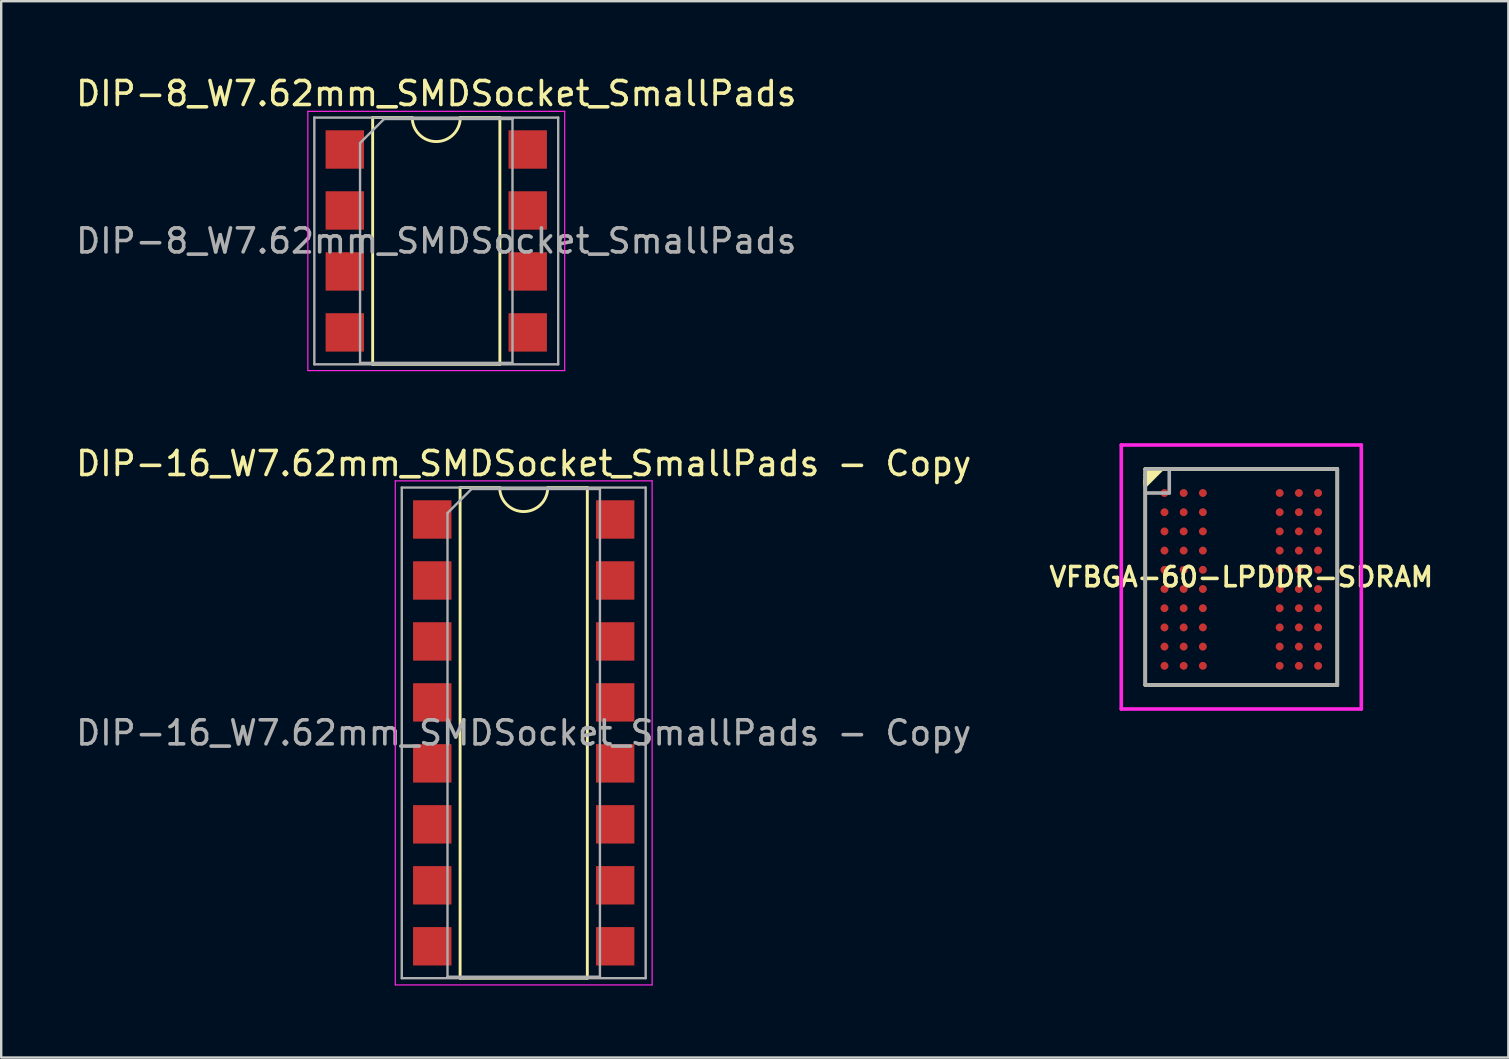
<source format=kicad_pcb>
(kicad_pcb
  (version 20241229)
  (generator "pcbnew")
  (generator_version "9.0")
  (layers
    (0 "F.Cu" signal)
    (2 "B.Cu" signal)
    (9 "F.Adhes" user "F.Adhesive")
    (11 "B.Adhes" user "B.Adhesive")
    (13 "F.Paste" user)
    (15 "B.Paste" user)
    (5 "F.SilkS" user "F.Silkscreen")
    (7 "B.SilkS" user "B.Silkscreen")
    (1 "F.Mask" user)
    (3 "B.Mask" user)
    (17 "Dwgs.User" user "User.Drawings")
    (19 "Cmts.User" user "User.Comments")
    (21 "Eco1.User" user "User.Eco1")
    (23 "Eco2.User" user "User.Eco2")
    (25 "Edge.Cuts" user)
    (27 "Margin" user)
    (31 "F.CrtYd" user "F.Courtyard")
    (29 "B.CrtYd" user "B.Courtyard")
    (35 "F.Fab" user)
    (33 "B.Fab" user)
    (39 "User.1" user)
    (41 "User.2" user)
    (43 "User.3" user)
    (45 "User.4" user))
  (footprint "DIP-8_W7.62mm_SMDSocket_SmallPads"
    (layer "F.Cu")
    (at 15.125 6.988)
    (property "Reference" "DIP-8_W7.62mm_SMDSocket_SmallPads" (at 0 -6.14 0) (layer "F.SilkS") (effects (font (size 1 1) (thickness 0.15))))
    (attr smd)
    (fp_line (start -2.65 -5.14) (end -2.65 5.14) (stroke (width 0.12) (type solid)) (layer "F.SilkS"))
    (fp_line (start -2.65 5.14) (end 2.65 5.14) (stroke (width 0.12) (type solid)) (layer "F.SilkS"))
    (fp_line (start -1 -5.14) (end -2.65 -5.14) (stroke (width 0.12) (type solid)) (layer "F.SilkS"))
    (fp_line (start 2.65 -5.14) (end 1 -5.14) (stroke (width 0.12) (type solid)) (layer "F.SilkS"))
    (fp_line (start 2.65 5.14) (end 2.65 -5.14) (stroke (width 0.12) (type solid)) (layer "F.SilkS"))
    (fp_arc (start 1 -5.14) (mid 0 -4.14) (end -1 -5.14) (stroke (width 0.12) (type solid)) (layer "F.SilkS"))
    (fp_line (start -5.35 -5.4) (end -5.35 5.4) (stroke (width 0.05) (type solid)) (layer "F.CrtYd"))
    (fp_line (start -5.35 5.4) (end 5.35 5.4) (stroke (width 0.05) (type solid)) (layer "F.CrtYd"))
    (fp_line (start 5.35 -5.4) (end -5.35 -5.4) (stroke (width 0.05) (type solid)) (layer "F.CrtYd"))
    (fp_line (start 5.35 5.4) (end 5.35 -5.4) (stroke (width 0.05) (type solid)) (layer "F.CrtYd"))
    (fp_line (start -5.08 -5.14) (end -5.08 5.14) (stroke (width 0.1) (type solid)) (layer "F.Fab"))
    (fp_line (start -5.08 5.14) (end 5.08 5.14) (stroke (width 0.1) (type solid)) (layer "F.Fab"))
    (fp_line (start -3.175 -4.08) (end -2.175 -5.08) (stroke (width 0.1) (type solid)) (layer "F.Fab"))
    (fp_line (start -3.175 5.08) (end -3.175 -4.08) (stroke (width 0.1) (type solid)) (layer "F.Fab"))
    (fp_line (start -2.175 -5.08) (end 3.175 -5.08) (stroke (width 0.1) (type solid)) (layer "F.Fab"))
    (fp_line (start 3.175 -5.08) (end 3.175 5.08) (stroke (width 0.1) (type solid)) (layer "F.Fab"))
    (fp_line (start 3.175 5.08) (end -3.175 5.08) (stroke (width 0.1) (type solid)) (layer "F.Fab"))
    (fp_line (start 5.08 -5.14) (end -5.08 -5.14) (stroke (width 0.1) (type solid)) (layer "F.Fab"))
    (fp_line (start 5.08 5.14) (end 5.08 -5.14) (stroke (width 0.1) (type solid)) (layer "F.Fab"))
    (fp_text user "${REFERENCE}" (at 0 0 0) (layer "F.Fab") (effects (font (size 1 1) (thickness 0.15))))
    (pad "1" smd rect (at -3.81 -3.81) (size 1.6 1.6) (layers "F.Cu" "F.Mask" "F.Paste"))
    (pad "2" smd rect (at -3.81 -1.27) (size 1.6 1.6) (layers "F.Cu" "F.Mask" "F.Paste"))
    (pad "3" smd rect (at -3.81 1.27) (size 1.6 1.6) (layers "F.Cu" "F.Mask" "F.Paste"))
    (pad "4" smd rect (at -3.81 3.81) (size 1.6 1.6) (layers "F.Cu" "F.Mask" "F.Paste"))
    (pad "5" smd rect (at 3.81 3.81) (size 1.6 1.6) (layers "F.Cu" "F.Mask" "F.Paste"))
    (pad "6" smd rect (at 3.81 1.27) (size 1.6 1.6) (layers "F.Cu" "F.Mask" "F.Paste"))
    (pad "7" smd rect (at 3.81 -1.27) (size 1.6 1.6) (layers "F.Cu" "F.Mask" "F.Paste"))
    (pad "8" smd rect (at 3.81 -3.81) (size 1.6 1.6) (layers "F.Cu" "F.Mask" "F.Paste")))
  (footprint "VFBGA-60-LPDDR-SDRAM"
    (layer "F.Cu")
    (at 48.662 20.988)
    (property "Reference" "VFBGA-60-LPDDR-SDRAM" (at 0 0 0) (layer "F.SilkS") (effects (font (size 0.8 0.8) (thickness 0.15))))
    (attr smd)
    (fp_line (start -4 -4.5) (end -4 4.5) (stroke (width 0.15) (type solid)) (layer "F.SilkS"))
    (fp_line (start -4 -4.25) (end -3.75 -4.5) (stroke (width 0.15) (type solid)) (layer "F.SilkS"))
    (fp_line (start -4 -4.1) (end -3.6 -4.5) (stroke (width 0.15) (type solid)) (layer "F.SilkS"))
    (fp_line (start -4 -4) (end -3.5 -4.5) (stroke (width 0.15) (type solid)) (layer "F.SilkS"))
    (fp_line (start -4 -3.9) (end -4 -4) (stroke (width 0.15) (type solid)) (layer "F.SilkS"))
    (fp_line (start -4 -3.8) (end -3.3 -4.5) (stroke (width 0.15) (type solid)) (layer "F.SilkS"))
    (fp_line (start -4 4.5) (end 4 4.5) (stroke (width 0.15) (type solid)) (layer "F.SilkS"))
    (fp_line (start -3.4 -4.5) (end -4 -3.9) (stroke (width 0.15) (type solid)) (layer "F.SilkS"))
    (fp_line (start 4 -4.5) (end -4 -4.5) (stroke (width 0.15) (type solid)) (layer "F.SilkS"))
    (fp_line (start 4 4.5) (end 4 -4.5) (stroke (width 0.15) (type solid)) (layer "F.SilkS"))
    (fp_line (start -5 -5.5) (end 5 -5.5) (stroke (width 0.15) (type solid)) (layer "F.CrtYd"))
    (fp_line (start -5 5.5) (end -5 -5.5) (stroke (width 0.15) (type solid)) (layer "F.CrtYd"))
    (fp_line (start 5 -5.5) (end 5 5.5) (stroke (width 0.15) (type solid)) (layer "F.CrtYd"))
    (fp_line (start 5 5.5) (end -5 5.5) (stroke (width 0.15) (type solid)) (layer "F.CrtYd"))
    (fp_line (start -4 -4.5) (end 4 -4.5) (stroke (width 0.15) (type solid)) (layer "F.Fab"))
    (fp_line (start -4 4.5) (end -4 -4.5) (stroke (width 0.15) (type solid)) (layer "F.Fab"))
    (fp_line (start -3 -4.5) (end -3 -3.5) (stroke (width 0.15) (type solid)) (layer "F.Fab"))
    (fp_line (start -3 -3.5) (end -4 -3.5) (stroke (width 0.15) (type solid)) (layer "F.Fab"))
    (fp_line (start 4 -4.5) (end 4 4.5) (stroke (width 0.15) (type solid)) (layer "F.Fab"))
    (fp_line (start 4 4.5) (end -4 4.5) (stroke (width 0.15) (type solid)) (layer "F.Fab"))
    (pad "A1" smd circle (at -3.2 -3.5) (size 0.33 0.33) (layers "F.Cu" "F.Mask" "F.Paste"))
    (pad "A2" smd circle (at -2.4 -3.5) (size 0.33 0.33) (layers "F.Cu" "F.Mask" "F.Paste"))
    (pad "A3" smd circle (at -1.6 -3.5) (size 0.33 0.33) (layers "F.Cu" "F.Mask" "F.Paste"))
    (pad "A7" smd circle (at 1.6 -3.5) (size 0.33 0.33) (layers "F.Cu" "F.Mask" "F.Paste"))
    (pad "A8" smd circle (at 2.4 -3.5) (size 0.33 0.33) (layers "F.Cu" "F.Mask" "F.Paste"))
    (pad "A9" smd circle (at 3.2 -3.5) (size 0.33 0.33) (layers "F.Cu" "F.Mask" "F.Paste"))
    (pad "B1" smd circle (at -3.2 -2.7) (size 0.33 0.33) (layers "F.Cu" "F.Mask" "F.Paste"))
    (pad "B2" smd circle (at -2.4 -2.7) (size 0.33 0.33) (layers "F.Cu" "F.Mask" "F.Paste"))
    (pad "B3" smd circle (at -1.6 -2.7) (size 0.33 0.33) (layers "F.Cu" "F.Mask" "F.Paste"))
    (pad "B7" smd circle (at 1.6 -2.7) (size 0.33 0.33) (layers "F.Cu" "F.Mask" "F.Paste"))
    (pad "B8" smd circle (at 2.4 -2.7) (size 0.33 0.33) (layers "F.Cu" "F.Mask" "F.Paste"))
    (pad "B9" smd circle (at 3.2 -2.7) (size 0.33 0.33) (layers "F.Cu" "F.Mask" "F.Paste"))
    (pad "C1" smd circle (at -3.2 -1.9) (size 0.33 0.33) (layers "F.Cu" "F.Mask" "F.Paste"))
    (pad "C2" smd circle (at -2.4 -1.9) (size 0.33 0.33) (layers "F.Cu" "F.Mask" "F.Paste"))
    (pad "C3" smd circle (at -1.6 -1.9) (size 0.33 0.33) (layers "F.Cu" "F.Mask" "F.Paste"))
    (pad "C7" smd circle (at 1.6 -1.9) (size 0.33 0.33) (layers "F.Cu" "F.Mask" "F.Paste"))
    (pad "C8" smd circle (at 2.4 -1.9) (size 0.33 0.33) (layers "F.Cu" "F.Mask" "F.Paste"))
    (pad "C9" smd circle (at 3.2 -1.9) (size 0.33 0.33) (layers "F.Cu" "F.Mask" "F.Paste"))
    (pad "D1" smd circle (at -3.2 -1.1) (size 0.33 0.33) (layers "F.Cu" "F.Mask" "F.Paste"))
    (pad "D2" smd circle (at -2.4 -1.1) (size 0.33 0.33) (layers "F.Cu" "F.Mask" "F.Paste"))
    (pad "D3" smd circle (at -1.6 -1.1) (size 0.33 0.33) (layers "F.Cu" "F.Mask" "F.Paste"))
    (pad "D7" smd circle (at 1.6 -1.1) (size 0.33 0.33) (layers "F.Cu" "F.Mask" "F.Paste"))
    (pad "D8" smd circle (at 2.4 -1.1) (size 0.33 0.33) (layers "F.Cu" "F.Mask" "F.Paste"))
    (pad "D9" smd circle (at 3.2 -1.1) (size 0.33 0.33) (layers "F.Cu" "F.Mask" "F.Paste"))
    (pad "E1" smd circle (at -3.2 -0.3) (size 0.33 0.33) (layers "F.Cu" "F.Mask" "F.Paste"))
    (pad "E2" smd circle (at -2.4 -0.3) (size 0.33 0.33) (layers "F.Cu" "F.Mask" "F.Paste"))
    (pad "E3" smd circle (at -1.6 -0.3) (size 0.33 0.33) (layers "F.Cu" "F.Mask" "F.Paste"))
    (pad "E7" smd circle (at 1.6 -0.3) (size 0.33 0.33) (layers "F.Cu" "F.Mask" "F.Paste"))
    (pad "E8" smd circle (at 2.4 -0.3) (size 0.33 0.33) (layers "F.Cu" "F.Mask" "F.Paste"))
    (pad "E9" smd circle (at 3.2 -0.3) (size 0.33 0.33) (layers "F.Cu" "F.Mask" "F.Paste"))
    (pad "F1" smd circle (at -3.2 0.5) (size 0.33 0.33) (layers "F.Cu" "F.Mask" "F.Paste"))
    (pad "F2" smd circle (at -2.4 0.5) (size 0.33 0.33) (layers "F.Cu" "F.Mask" "F.Paste"))
    (pad "F3" smd circle (at -1.6 0.5) (size 0.33 0.33) (layers "F.Cu" "F.Mask" "F.Paste"))
    (pad "F7" smd circle (at 1.6 0.5) (size 0.33 0.33) (layers "F.Cu" "F.Mask" "F.Paste"))
    (pad "F8" smd circle (at 2.4 0.5) (size 0.33 0.33) (layers "F.Cu" "F.Mask" "F.Paste"))
    (pad "F9" smd circle (at 3.2 0.5) (size 0.33 0.33) (layers "F.Cu" "F.Mask" "F.Paste"))
    (pad "G1" smd circle (at -3.2 1.3) (size 0.33 0.33) (layers "F.Cu" "F.Mask" "F.Paste"))
    (pad "G2" smd circle (at -2.4 1.3) (size 0.33 0.33) (layers "F.Cu" "F.Mask" "F.Paste"))
    (pad "G3" smd circle (at -1.6 1.3) (size 0.33 0.33) (layers "F.Cu" "F.Mask" "F.Paste"))
    (pad "G7" smd circle (at 1.6 1.3) (size 0.33 0.33) (layers "F.Cu" "F.Mask" "F.Paste"))
    (pad "G8" smd circle (at 2.4 1.3) (size 0.33 0.33) (layers "F.Cu" "F.Mask" "F.Paste"))
    (pad "G9" smd circle (at 3.2 1.3) (size 0.33 0.33) (layers "F.Cu" "F.Mask" "F.Paste"))
    (pad "H1" smd circle (at -3.2 2.1) (size 0.33 0.33) (layers "F.Cu" "F.Mask" "F.Paste"))
    (pad "H2" smd circle (at -2.4 2.1) (size 0.33 0.33) (layers "F.Cu" "F.Mask" "F.Paste"))
    (pad "H3" smd circle (at -1.6 2.1) (size 0.33 0.33) (layers "F.Cu" "F.Mask" "F.Paste"))
    (pad "H7" smd circle (at 1.6 2.1) (size 0.33 0.33) (layers "F.Cu" "F.Mask" "F.Paste"))
    (pad "H8" smd circle (at 2.4 2.1) (size 0.33 0.33) (layers "F.Cu" "F.Mask" "F.Paste"))
    (pad "H9" smd circle (at 3.2 2.1) (size 0.33 0.33) (layers "F.Cu" "F.Mask" "F.Paste"))
    (pad "J1" smd circle (at -3.2 2.9) (size 0.33 0.33) (layers "F.Cu" "F.Mask" "F.Paste"))
    (pad "J2" smd circle (at -2.4 2.9) (size 0.33 0.33) (layers "F.Cu" "F.Mask" "F.Paste"))
    (pad "J3" smd circle (at -1.6 2.9) (size 0.33 0.33) (layers "F.Cu" "F.Mask" "F.Paste"))
    (pad "J7" smd circle (at 1.6 2.9) (size 0.33 0.33) (layers "F.Cu" "F.Mask" "F.Paste"))
    (pad "J8" smd circle (at 2.4 2.9) (size 0.33 0.33) (layers "F.Cu" "F.Mask" "F.Paste"))
    (pad "J9" smd circle (at 3.2 2.9) (size 0.33 0.33) (layers "F.Cu" "F.Mask" "F.Paste"))
    (pad "K1" smd circle (at -3.2 3.7) (size 0.33 0.33) (layers "F.Cu" "F.Mask" "F.Paste"))
    (pad "K2" smd circle (at -2.4 3.7) (size 0.33 0.33) (layers "F.Cu" "F.Mask" "F.Paste"))
    (pad "K3" smd circle (at -1.6 3.7) (size 0.33 0.33) (layers "F.Cu" "F.Mask" "F.Paste"))
    (pad "K7" smd circle (at 1.6 3.7) (size 0.33 0.33) (layers "F.Cu" "F.Mask" "F.Paste"))
    (pad "K8" smd circle (at 2.4 3.7) (size 0.33 0.33) (layers "F.Cu" "F.Mask" "F.Paste"))
    (pad "K9" smd circle (at 3.2 3.7) (size 0.33 0.33) (layers "F.Cu" "F.Mask" "F.Paste")))
  (footprint "DIP-16_W7.62mm_SMDSocket_SmallPads - Copy"
    (layer "F.Cu")
    (at 18.768 27.482)
    (property "Reference" "DIP-16_W7.62mm_SMDSocket_SmallPads - Copy" (at 0 -11.22 0) (layer "F.SilkS") (effects (font (size 1 1) (thickness 0.15))))
    (attr smd)
    (fp_line (start -2.65 -10.22) (end -2.65 10.22) (stroke (width 0.12) (type solid)) (layer "F.SilkS"))
    (fp_line (start -2.65 10.22) (end 2.65 10.22) (stroke (width 0.12) (type solid)) (layer "F.SilkS"))
    (fp_line (start -1 -10.22) (end -2.65 -10.22) (stroke (width 0.12) (type solid)) (layer "F.SilkS"))
    (fp_line (start 2.65 -10.22) (end 1 -10.22) (stroke (width 0.12) (type solid)) (layer "F.SilkS"))
    (fp_line (start 2.65 10.22) (end 2.65 -10.22) (stroke (width 0.12) (type solid)) (layer "F.SilkS"))
    (fp_arc (start 1 -10.22) (mid 0 -9.22) (end -1 -10.22) (stroke (width 0.12) (type solid)) (layer "F.SilkS"))
    (fp_line (start -5.35 -10.5) (end -5.35 10.5) (stroke (width 0.05) (type solid)) (layer "F.CrtYd"))
    (fp_line (start -5.35 10.5) (end 5.35 10.5) (stroke (width 0.05) (type solid)) (layer "F.CrtYd"))
    (fp_line (start 5.35 -10.5) (end -5.35 -10.5) (stroke (width 0.05) (type solid)) (layer "F.CrtYd"))
    (fp_line (start 5.35 10.5) (end 5.35 -10.5) (stroke (width 0.05) (type solid)) (layer "F.CrtYd"))
    (fp_line (start -5.08 -10.22) (end -5.08 10.22) (stroke (width 0.1) (type solid)) (layer "F.Fab"))
    (fp_line (start -5.08 10.22) (end 5.08 10.22) (stroke (width 0.1) (type solid)) (layer "F.Fab"))
    (fp_line (start -3.175 -9.16) (end -2.175 -10.16) (stroke (width 0.1) (type solid)) (layer "F.Fab"))
    (fp_line (start -3.175 10.16) (end -3.175 -9.16) (stroke (width 0.1) (type solid)) (layer "F.Fab"))
    (fp_line (start -2.175 -10.16) (end 3.175 -10.16) (stroke (width 0.1) (type solid)) (layer "F.Fab"))
    (fp_line (start 3.175 -10.16) (end 3.175 10.16) (stroke (width 0.1) (type solid)) (layer "F.Fab"))
    (fp_line (start 3.175 10.16) (end -3.175 10.16) (stroke (width 0.1) (type solid)) (layer "F.Fab"))
    (fp_line (start 5.08 -10.22) (end -5.08 -10.22) (stroke (width 0.1) (type solid)) (layer "F.Fab"))
    (fp_line (start 5.08 10.22) (end 5.08 -10.22) (stroke (width 0.1) (type solid)) (layer "F.Fab"))
    (fp_text user "${REFERENCE}" (at 0 0 0) (layer "F.Fab") (effects (font (size 1 1) (thickness 0.15))))
    (pad "1" smd rect (at -3.81 -8.89) (size 1.6 1.6) (layers "F.Cu" "F.Mask" "F.Paste"))
    (pad "2" smd rect (at -3.81 -6.35) (size 1.6 1.6) (layers "F.Cu" "F.Mask" "F.Paste"))
    (pad "3" smd rect (at -3.81 -3.81) (size 1.6 1.6) (layers "F.Cu" "F.Mask" "F.Paste"))
    (pad "4" smd rect (at -3.81 -1.27) (size 1.6 1.6) (layers "F.Cu" "F.Mask" "F.Paste"))
    (pad "5" smd rect (at -3.81 1.27) (size 1.6 1.6) (layers "F.Cu" "F.Mask" "F.Paste"))
    (pad "6" smd rect (at -3.81 3.81) (size 1.6 1.6) (layers "F.Cu" "F.Mask" "F.Paste"))
    (pad "7" smd rect (at -3.81 6.35) (size 1.6 1.6) (layers "F.Cu" "F.Mask" "F.Paste"))
    (pad "8" smd rect (at -3.81 8.89) (size 1.6 1.6) (layers "F.Cu" "F.Mask" "F.Paste"))
    (pad "9" smd rect (at 3.81 8.89) (size 1.6 1.6) (layers "F.Cu" "F.Mask" "F.Paste"))
    (pad "10" smd rect (at 3.81 6.35) (size 1.6 1.6) (layers "F.Cu" "F.Mask" "F.Paste"))
    (pad "11" smd rect (at 3.81 3.81) (size 1.6 1.6) (layers "F.Cu" "F.Mask" "F.Paste"))
    (pad "12" smd rect (at 3.81 1.27) (size 1.6 1.6) (layers "F.Cu" "F.Mask" "F.Paste"))
    (pad "13" smd rect (at 3.81 -1.27) (size 1.6 1.6) (layers "F.Cu" "F.Mask" "F.Paste"))
    (pad "14" smd rect (at 3.81 -3.81) (size 1.6 1.6) (layers "F.Cu" "F.Mask" "F.Paste"))
    (pad "15" smd rect (at 3.81 -6.35) (size 1.6 1.6) (layers "F.Cu" "F.Mask" "F.Paste"))
    (pad "16" smd rect (at 3.81 -8.89) (size 1.6 1.6) (layers "F.Cu" "F.Mask" "F.Paste")))
  (gr_rect
    (start -3 -3)
    (end 59.788 41.007)
    (stroke (width 0.1) (type default))
    (fill no)
    (layer "Edge.Cuts")))
</source>
